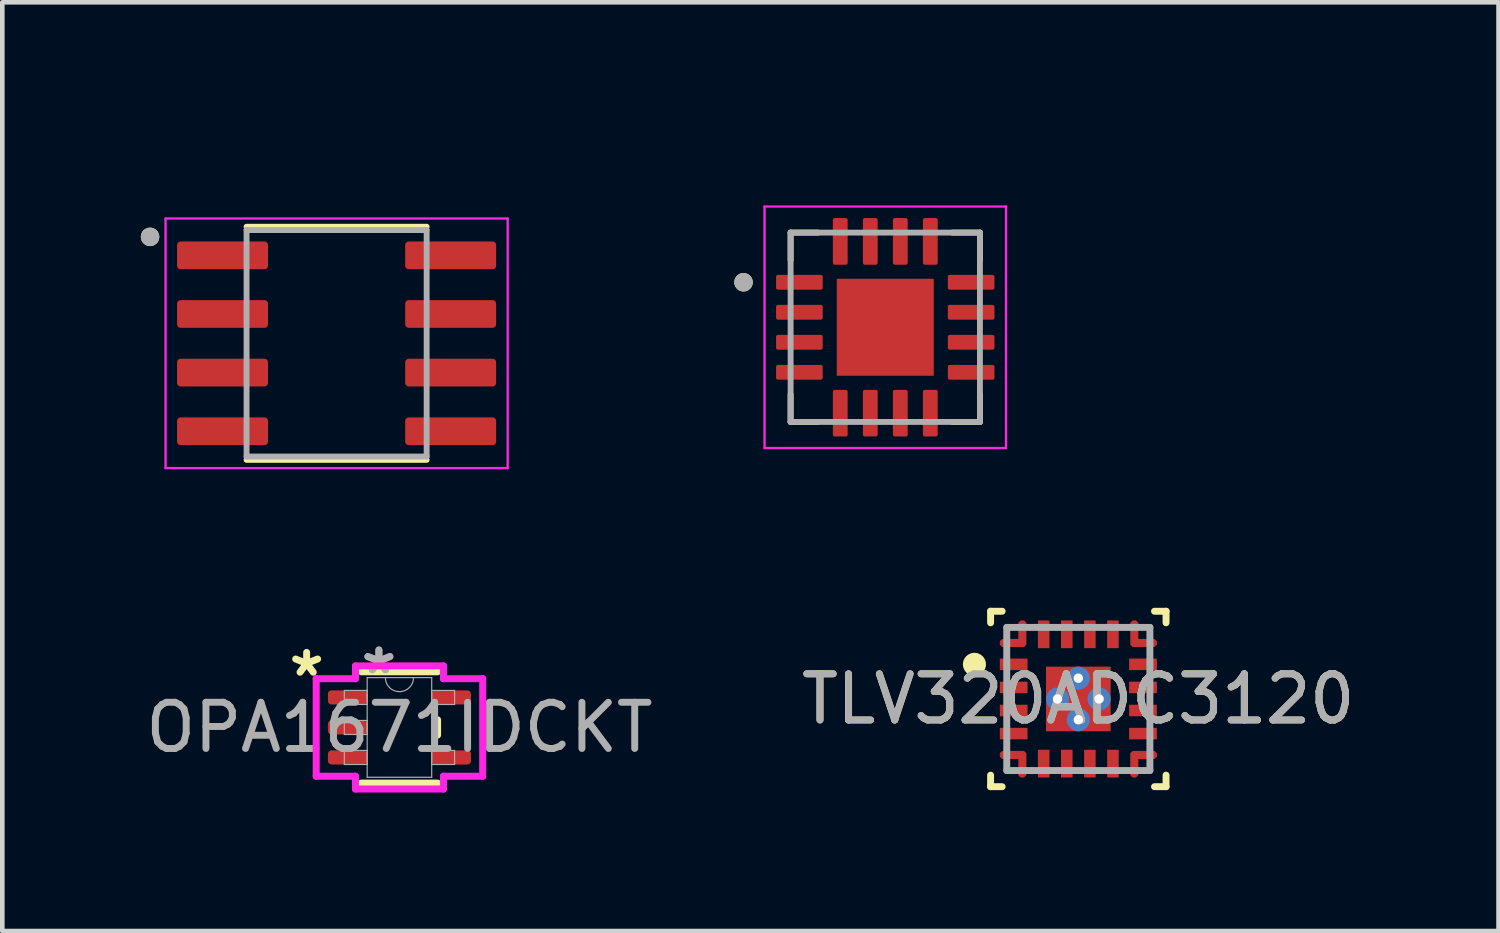
<source format=kicad_pcb>
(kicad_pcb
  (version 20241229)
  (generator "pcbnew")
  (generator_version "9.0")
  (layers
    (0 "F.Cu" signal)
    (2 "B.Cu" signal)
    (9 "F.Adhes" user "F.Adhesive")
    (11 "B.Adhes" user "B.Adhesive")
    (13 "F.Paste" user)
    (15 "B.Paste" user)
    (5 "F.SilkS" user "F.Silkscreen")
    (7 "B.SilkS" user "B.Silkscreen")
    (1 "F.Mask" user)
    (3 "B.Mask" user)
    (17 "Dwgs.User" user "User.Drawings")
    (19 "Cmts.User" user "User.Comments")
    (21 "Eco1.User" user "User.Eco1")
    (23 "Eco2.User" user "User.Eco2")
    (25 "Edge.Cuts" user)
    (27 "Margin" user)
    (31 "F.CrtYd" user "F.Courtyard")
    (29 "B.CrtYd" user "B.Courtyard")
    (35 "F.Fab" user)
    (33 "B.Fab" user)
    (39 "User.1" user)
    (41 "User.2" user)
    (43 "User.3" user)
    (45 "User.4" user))
  (footprint "LM358DR"
    (layer "F.Cu")
    (at 4.24 4.385)
    (property "Reference" "LM358DR" (at -0.385 -3.537 0) (layer "User.2") (effects (font (size 1 1) (thickness 0.15))))
    (attr smd)
    (fp_line (start -1.95 -2.525) (end 1.95 -2.525) (stroke (width 0.127) (type solid)) (layer "F.SilkS"))
    (fp_line (start -1.95 2.525) (end 1.95 2.525) (stroke (width 0.127) (type solid)) (layer "F.SilkS"))
    (fp_circle (center -4.04 -2.305) (end -3.94 -2.305) (stroke (width 0.2) (type solid)) (fill no) (layer "F.SilkS"))
    (fp_line (start -3.705 -2.703) (end -3.705 2.703) (stroke (width 0.05) (type solid)) (layer "F.CrtYd"))
    (fp_line (start -3.705 -2.703) (end 3.705 -2.703) (stroke (width 0.05) (type solid)) (layer "F.CrtYd"))
    (fp_line (start -3.705 2.703) (end 3.705 2.703) (stroke (width 0.05) (type solid)) (layer "F.CrtYd"))
    (fp_line (start 3.705 -2.703) (end 3.705 2.703) (stroke (width 0.05) (type solid)) (layer "F.CrtYd"))
    (fp_line (start -1.95 -2.453) (end -1.95 2.453) (stroke (width 0.127) (type solid)) (layer "F.Fab"))
    (fp_line (start -1.95 -2.453) (end 1.95 -2.453) (stroke (width 0.127) (type solid)) (layer "F.Fab"))
    (fp_line (start -1.95 2.453) (end 1.95 2.453) (stroke (width 0.127) (type solid)) (layer "F.Fab"))
    (fp_line (start 1.95 -2.453) (end 1.95 2.453) (stroke (width 0.127) (type solid)) (layer "F.Fab"))
    (fp_circle (center -4.04 -2.305) (end -3.94 -2.305) (stroke (width 0.2) (type solid)) (fill no) (layer "F.Fab"))
    (pad "1" smd roundrect (at -2.47 -1.905) (size 1.97 0.6) (layers "F.Cu" "F.Mask" "F.Paste") (roundrect_rratio 0.125))
    (pad "2" smd roundrect (at -2.47 -0.635) (size 1.97 0.6) (layers "F.Cu" "F.Mask" "F.Paste") (roundrect_rratio 0.125))
    (pad "3" smd roundrect (at -2.47 0.635) (size 1.97 0.6) (layers "F.Cu" "F.Mask" "F.Paste") (roundrect_rratio 0.125))
    (pad "4" smd roundrect (at -2.47 1.905) (size 1.97 0.6) (layers "F.Cu" "F.Mask" "F.Paste") (roundrect_rratio 0.125))
    (pad "5" smd roundrect (at 2.47 1.905) (size 1.97 0.6) (layers "F.Cu" "F.Mask" "F.Paste") (roundrect_rratio 0.125))
    (pad "6" smd roundrect (at 2.47 0.635) (size 1.97 0.6) (layers "F.Cu" "F.Mask" "F.Paste") (roundrect_rratio 0.125))
    (pad "7" smd roundrect (at 2.47 -0.635) (size 1.97 0.6) (layers "F.Cu" "F.Mask" "F.Paste") (roundrect_rratio 0.125))
    (pad "8" smd roundrect (at 2.47 -1.905) (size 1.97 0.6) (layers "F.Cu" "F.Mask" "F.Paste") (roundrect_rratio 0.125)))
  (footprint "TLV320ADC3120"
    (layer "F.Cu")
    (at 20.304 12.088)
    (property "Reference" "TLV320ADC3120" (at 0 0 0) (unlocked yes) (layer "F.SilkS") (effects (font (size 1 1) (thickness 0.15))))
    (attr smd)
    (fp_poly (pts (xy -1.65 1.125) (xy -1.175 1.125) (xy -1.125 1.175) (xy -1.125 1.65) (xy -1.175 1.7) (xy -1.25 1.7) (xy -1.3 1.65) (xy -1.3 1.3) (xy -1.65 1.3) (xy -1.7 1.25) (xy -1.7 1.175)) (stroke (width 0) (type solid)) (fill yes) (layer "F.Mask"))
    (fp_poly (pts (xy 1.65 -1.125) (xy 1.175 -1.125) (xy 1.125 -1.175) (xy 1.125 -1.65) (xy 1.175 -1.7) (xy 1.25 -1.7) (xy 1.3 -1.65) (xy 1.3 -1.3) (xy 1.65 -1.3) (xy 1.7 -1.25) (xy 1.7 -1.175)) (stroke (width 0) (type solid)) (fill yes) (layer "F.Mask"))
    (fp_line (start -1.9 -1.9) (end -1.65 -1.9) (stroke (width 0.15) (type solid)) (layer "F.SilkS"))
    (fp_line (start -1.9 -1.65) (end -1.9 -1.9) (stroke (width 0.15) (type solid)) (layer "F.SilkS"))
    (fp_line (start -1.9 1.9) (end -1.9 1.65) (stroke (width 0.15) (type solid)) (layer "F.SilkS"))
    (fp_line (start -1.9 1.9) (end -1.65 1.9) (stroke (width 0.15) (type solid)) (layer "F.SilkS"))
    (fp_line (start 1.65 -1.9) (end 1.9 -1.9) (stroke (width 0.15) (type solid)) (layer "F.SilkS"))
    (fp_line (start 1.65 1.9) (end 1.9 1.9) (stroke (width 0.15) (type solid)) (layer "F.SilkS"))
    (fp_line (start 1.9 -1.65) (end 1.9 -1.9) (stroke (width 0.15) (type solid)) (layer "F.SilkS"))
    (fp_line (start 1.9 1.9) (end 1.9 1.65) (stroke (width 0.15) (type solid)) (layer "F.SilkS"))
    (fp_circle (center -2.25 -0.75) (end -2.125 -0.75) (stroke (width 0.25) (type solid)) (fill no) (layer "F.SilkS"))
    (fp_poly (pts (xy 0.6 -0.65) (xy 0.65 -0.6) (xy 0.65 0.6) (xy 0.6 0.65) (xy -0.6 0.65) (xy -0.65 0.6) (xy -0.65 -0.6) (xy -0.6 -0.65)) (stroke (width 0) (type solid)) (fill yes) (layer "F.Paste"))
    (fp_poly (pts (xy -1.65 1.125) (xy -1.175 1.125) (xy -1.125 1.175) (xy -1.125 1.65) (xy -1.175 1.7) (xy -1.25 1.7) (xy -1.3 1.65) (xy -1.3 1.3) (xy -1.65 1.3) (xy -1.7 1.25) (xy -1.7 1.175)) (stroke (width 0) (type solid)) (fill yes) (layer "F.Paste"))
    (fp_poly (pts (xy 1.65 -1.125) (xy 1.175 -1.125) (xy 1.125 -1.175) (xy 1.125 -1.65) (xy 1.175 -1.7) (xy 1.25 -1.7) (xy 1.3 -1.65) (xy 1.3 -1.3) (xy 1.65 -1.3) (xy 1.7 -1.25) (xy 1.7 -1.175)) (stroke (width 0) (type solid)) (fill yes) (layer "F.Paste"))
    (fp_line (start -1.55 -1.55) (end 1.55 -1.55) (stroke (width 0.15) (type solid)) (layer "F.Fab"))
    (fp_line (start -1.55 1.55) (end -1.55 -1.55) (stroke (width 0.15) (type solid)) (layer "F.Fab"))
    (fp_line (start -1.55 1.55) (end 1.55 1.55) (stroke (width 0.15) (type solid)) (layer "F.Fab"))
    (fp_line (start 1.55 1.55) (end 1.55 -1.55) (stroke (width 0.15) (type solid)) (layer "F.Fab"))
    (fp_text user "${REFERENCE}" (at 0 0 0) (unlocked yes) (layer "F.Fab") (effects (font (size 1 1) (thickness 0.15))))
    (pad "1" smd rect (at -1.4 -0.75 90) (size 0.25 0.6) (layers "F.Cu" "F.Mask" "F.Paste"))
    (pad "2" smd rect (at -1.4 -0.25 90) (size 0.25 0.6) (layers "F.Cu" "F.Mask" "F.Paste"))
    (pad "3" smd rect (at -1.4 0.25 90) (size 0.25 0.6) (layers "F.Cu" "F.Mask" "F.Paste"))
    (pad "4" smd rect (at -1.4 0.75 90) (size 0.25 0.6) (layers "F.Cu" "F.Mask" "F.Paste"))
    (pad "5" smd custom (at -1.233 1.233) (size 0.171 0.171) (layers "F.Cu" "F.Mask" "F.Paste") (options (anchor circle)) (primitives (gr_poly (pts (xy -0.417 -0.108) (xy -0.467 -0.058) (xy -0.467 0.017) (xy -0.417 0.067) (xy -0.067 0.067) (xy -0.067 0.417) (xy -0.017 0.467) (xy 0.058 0.467) (xy 0.108 0.417) (xy 0.108 -0.058) (xy 0.058 -0.108)) (width 0) (fill yes))))
    (pad "6" smd rect (at -0.75 1.4) (size 0.25 0.6) (layers "F.Cu" "F.Mask" "F.Paste"))
    (pad "7" smd rect (at -0.25 1.4) (size 0.25 0.6) (layers "F.Cu" "F.Mask" "F.Paste"))
    (pad "8" smd rect (at 0.25 1.4) (size 0.25 0.6) (layers "F.Cu" "F.Mask" "F.Paste"))
    (pad "9" smd rect (at 0.75 1.4) (size 0.25 0.6) (layers "F.Cu" "F.Mask" "F.Paste"))
    (pad "10" smd custom (at 1.233 1.233) (size 0.171 0.171) (layers "F.Cu" "F.Mask" "F.Paste") (options (anchor circle)) (primitives (gr_poly (pts (xy 0.417 -0.108) (xy 0.467 -0.058) (xy 0.467 0.017) (xy 0.417 0.067) (xy 0.067 0.067) (xy 0.067 0.417) (xy 0.017 0.467) (xy -0.058 0.467) (xy -0.108 0.417) (xy -0.108 -0.058) (xy -0.058 -0.108)) (width 0) (fill yes))))
    (pad "11" smd rect (at 1.4 0.75 90) (size 0.25 0.6) (layers "F.Cu" "F.Mask" "F.Paste"))
    (pad "12" smd rect (at 1.4 0.25 90) (size 0.25 0.6) (layers "F.Cu" "F.Mask" "F.Paste"))
    (pad "13" smd rect (at 1.4 -0.25 90) (size 0.25 0.6) (layers "F.Cu" "F.Mask" "F.Paste"))
    (pad "14" smd rect (at 1.4 -0.75 90) (size 0.25 0.6) (layers "F.Cu" "F.Mask" "F.Paste"))
    (pad "15" smd custom (at 1.233 -1.233) (size 0.171 0.171) (layers "F.Cu" "F.Mask" "F.Paste") (options (anchor circle)) (primitives (gr_poly (pts (xy 0.417 0.108) (xy 0.467 0.058) (xy 0.467 -0.017) (xy 0.417 -0.067) (xy 0.067 -0.067) (xy 0.067 -0.417) (xy 0.017 -0.467) (xy -0.058 -0.467) (xy -0.108 -0.417) (xy -0.108 0.058) (xy -0.058 0.108)) (width 0) (fill yes))))
    (pad "16" smd rect (at 0.75 -1.4) (size 0.25 0.6) (layers "F.Cu" "F.Mask" "F.Paste"))
    (pad "17" smd rect (at 0.25 -1.4) (size 0.25 0.6) (layers "F.Cu" "F.Mask" "F.Paste"))
    (pad "18" smd rect (at -0.25 -1.4) (size 0.25 0.6) (layers "F.Cu" "F.Mask" "F.Paste"))
    (pad "19" smd rect (at -0.75 -1.4) (size 0.25 0.6) (layers "F.Cu" "F.Mask" "F.Paste"))
    (pad "20" smd custom (at -1.233 -1.233) (size 0.171 0.171) (layers "F.Cu" "F.Mask" "F.Paste") (options (anchor circle)) (primitives (gr_poly (pts (xy -0.417 0.108) (xy -0.467 0.058) (xy -0.467 -0.017) (xy -0.417 -0.067) (xy -0.067 -0.067) (xy -0.067 -0.417) (xy -0.017 -0.467) (xy 0.058 -0.467) (xy 0.108 -0.417) (xy 0.108 0.058) (xy 0.058 0.108)) (width 0) (fill yes))))
    (pad "21" thru_hole circle (at -0.45 0) (size 0.5 0.5) (drill 0.203) (layers "*.Cu" "*.Mask"))
    (pad "21" thru_hole circle (at 0 -0.45) (size 0.5 0.5) (drill 0.203) (layers "*.Cu" "*.Mask"))
    (pad "21" smd rect (at 0 0) (size 1.4 1.4) (layers "F.Cu" "F.Mask"))
    (pad "21" thru_hole circle (at 0 0.45) (size 0.5 0.5) (drill 0.203) (layers "*.Cu" "*.Mask"))
    (pad "21" thru_hole circle (at 0.45 0) (size 0.5 0.5) (drill 0.203) (layers "*.Cu" "*.Mask")))
  (footprint "MAX4063ETE_"
    (layer "F.Cu")
    (at 16.123 4.038)
    (property "Reference" "MAX4063ETE_" (at 0.02 -3.19 0) (layer "User.2") (effects (font (size 1 1) (thickness 0.15))))
    (attr smd)
    (fp_line (start -2.05 -2.05) (end -2.05 -1.455) (stroke (width 0.127) (type solid)) (layer "F.SilkS"))
    (fp_line (start -2.05 -2.05) (end -1.455 -2.05) (stroke (width 0.127) (type solid)) (layer "F.SilkS"))
    (fp_line (start -2.05 2.05) (end -2.05 1.455) (stroke (width 0.127) (type solid)) (layer "F.SilkS"))
    (fp_line (start -2.05 2.05) (end -1.455 2.05) (stroke (width 0.127) (type solid)) (layer "F.SilkS"))
    (fp_line (start 2.05 -2.05) (end 1.455 -2.05) (stroke (width 0.127) (type solid)) (layer "F.SilkS"))
    (fp_line (start 2.05 -2.05) (end 2.05 -1.455) (stroke (width 0.127) (type solid)) (layer "F.SilkS"))
    (fp_line (start 2.05 2.05) (end 1.455 2.05) (stroke (width 0.127) (type solid)) (layer "F.SilkS"))
    (fp_line (start 2.05 2.05) (end 2.05 1.455) (stroke (width 0.127) (type solid)) (layer "F.SilkS"))
    (fp_circle (center -3.07 -0.975) (end -2.97 -0.975) (stroke (width 0.2) (type solid)) (fill no) (layer "F.SilkS"))
    (fp_poly (pts (xy -0.66 -0.66) (xy 0.66 -0.66) (xy 0.66 0.66) (xy -0.66 0.66)) (stroke (width 0.01) (type solid)) (fill yes) (layer "F.Paste"))
    (fp_line (start -2.615 -2.615) (end 2.615 -2.615) (stroke (width 0.05) (type solid)) (layer "F.CrtYd"))
    (fp_line (start -2.615 2.615) (end -2.615 -2.615) (stroke (width 0.05) (type solid)) (layer "F.CrtYd"))
    (fp_line (start -2.615 2.615) (end 2.615 2.615) (stroke (width 0.05) (type solid)) (layer "F.CrtYd"))
    (fp_line (start 2.615 2.615) (end 2.615 -2.615) (stroke (width 0.05) (type solid)) (layer "F.CrtYd"))
    (fp_line (start -2.05 2.05) (end -2.05 -2.05) (stroke (width 0.127) (type solid)) (layer "F.Fab"))
    (fp_line (start 2.05 -2.05) (end -2.05 -2.05) (stroke (width 0.127) (type solid)) (layer "F.Fab"))
    (fp_line (start 2.05 2.05) (end -2.05 2.05) (stroke (width 0.127) (type solid)) (layer "F.Fab"))
    (fp_line (start 2.05 2.05) (end 2.05 -2.05) (stroke (width 0.127) (type solid)) (layer "F.Fab"))
    (fp_circle (center -3.07 -0.975) (end -2.97 -0.975) (stroke (width 0.2) (type solid)) (fill no) (layer "F.Fab"))
    (pad "1" smd roundrect (at -1.86 -0.975) (size 1.01 0.32) (layers "F.Cu" "F.Mask" "F.Paste") (roundrect_rratio 0.125))
    (pad "2" smd roundrect (at -1.86 -0.325) (size 1.01 0.32) (layers "F.Cu" "F.Mask" "F.Paste") (roundrect_rratio 0.125))
    (pad "3" smd roundrect (at -1.86 0.325) (size 1.01 0.32) (layers "F.Cu" "F.Mask" "F.Paste") (roundrect_rratio 0.125))
    (pad "4" smd roundrect (at -1.86 0.975) (size 1.01 0.32) (layers "F.Cu" "F.Mask" "F.Paste") (roundrect_rratio 0.125))
    (pad "5" smd roundrect (at -0.975 1.86 90) (size 1.01 0.32) (layers "F.Cu" "F.Mask" "F.Paste") (roundrect_rratio 0.125))
    (pad "6" smd roundrect (at -0.325 1.86 90) (size 1.01 0.32) (layers "F.Cu" "F.Mask" "F.Paste") (roundrect_rratio 0.125))
    (pad "7" smd roundrect (at 0.325 1.86 90) (size 1.01 0.32) (layers "F.Cu" "F.Mask" "F.Paste") (roundrect_rratio 0.125))
    (pad "8" smd roundrect (at 0.975 1.86 90) (size 1.01 0.32) (layers "F.Cu" "F.Mask" "F.Paste") (roundrect_rratio 0.125))
    (pad "9" smd roundrect (at 1.86 0.975) (size 1.01 0.32) (layers "F.Cu" "F.Mask" "F.Paste") (roundrect_rratio 0.125))
    (pad "10" smd roundrect (at 1.86 0.325) (size 1.01 0.32) (layers "F.Cu" "F.Mask" "F.Paste") (roundrect_rratio 0.125))
    (pad "11" smd roundrect (at 1.86 -0.325) (size 1.01 0.32) (layers "F.Cu" "F.Mask" "F.Paste") (roundrect_rratio 0.125))
    (pad "12" smd roundrect (at 1.86 -0.975) (size 1.01 0.32) (layers "F.Cu" "F.Mask" "F.Paste") (roundrect_rratio 0.125))
    (pad "13" smd roundrect (at 0.975 -1.86 90) (size 1.01 0.32) (layers "F.Cu" "F.Mask" "F.Paste") (roundrect_rratio 0.125))
    (pad "14" smd roundrect (at 0.325 -1.86 90) (size 1.01 0.32) (layers "F.Cu" "F.Mask" "F.Paste") (roundrect_rratio 0.125))
    (pad "15" smd roundrect (at -0.325 -1.86 90) (size 1.01 0.32) (layers "F.Cu" "F.Mask" "F.Paste") (roundrect_rratio 0.125))
    (pad "16" smd roundrect (at -0.975 -1.86 90) (size 1.01 0.32) (layers "F.Cu" "F.Mask" "F.Paste") (roundrect_rratio 0.125))
    (pad "17" smd rect (at 0 0) (size 2.1 2.1) (layers "F.Cu" "F.Mask")))
  (footprint "OPA1671IDCKT"
    (layer "F.Cu")
    (at 5.601 12.705)
    (property "Reference" "OPA1671IDCKT" (at 0.01 -1.89 0) (unlocked yes) (layer "User.2") (effects (font (size 0.75 0.75) (thickness 0.15))))
    (attr smd)
    (fp_line (start -0.826 1.206) (end 0.826 1.206) (stroke (width 0.152) (type solid)) (layer "F.SilkS"))
    (fp_line (start 0.826 -1.206) (end -0.826 -1.206) (stroke (width 0.152) (type solid)) (layer "F.SilkS"))
    (fp_line (start 0.826 0.165) (end 0.826 -0.165) (stroke (width 0.152) (type solid)) (layer "F.SilkS"))
    (fp_line (start -1.803 -1.056) (end -0.953 -1.056) (stroke (width 0.152) (type solid)) (layer "F.CrtYd"))
    (fp_line (start -1.803 1.056) (end -1.803 -1.056) (stroke (width 0.152) (type solid)) (layer "F.CrtYd"))
    (fp_line (start -0.953 -1.333) (end 0.953 -1.333) (stroke (width 0.152) (type solid)) (layer "F.CrtYd"))
    (fp_line (start -0.953 -1.056) (end -0.953 -1.333) (stroke (width 0.152) (type solid)) (layer "F.CrtYd"))
    (fp_line (start -0.953 1.056) (end -1.803 1.056) (stroke (width 0.152) (type solid)) (layer "F.CrtYd"))
    (fp_line (start -0.953 1.333) (end -0.953 1.056) (stroke (width 0.152) (type solid)) (layer "F.CrtYd"))
    (fp_line (start 0.953 -1.333) (end 0.953 -1.056) (stroke (width 0.152) (type solid)) (layer "F.CrtYd"))
    (fp_line (start 0.953 -1.056) (end 1.803 -1.056) (stroke (width 0.152) (type solid)) (layer "F.CrtYd"))
    (fp_line (start 0.953 1.056) (end 0.953 1.333) (stroke (width 0.152) (type solid)) (layer "F.CrtYd"))
    (fp_line (start 0.953 1.333) (end -0.953 1.333) (stroke (width 0.152) (type solid)) (layer "F.CrtYd"))
    (fp_line (start 1.803 -1.056) (end 1.803 1.056) (stroke (width 0.152) (type solid)) (layer "F.CrtYd"))
    (fp_line (start 1.803 1.056) (end 0.953 1.056) (stroke (width 0.152) (type solid)) (layer "F.CrtYd"))
    (fp_line (start -1.194 -0.802) (end -1.194 -0.498) (stroke (width 0.025) (type solid)) (layer "F.Fab"))
    (fp_line (start -1.194 -0.498) (end -0.699 -0.498) (stroke (width 0.025) (type solid)) (layer "F.Fab"))
    (fp_line (start -1.194 -0.152) (end -1.194 0.152) (stroke (width 0.025) (type solid)) (layer "F.Fab"))
    (fp_line (start -1.194 0.152) (end -0.699 0.152) (stroke (width 0.025) (type solid)) (layer "F.Fab"))
    (fp_line (start -1.194 0.498) (end -1.194 0.802) (stroke (width 0.025) (type solid)) (layer "F.Fab"))
    (fp_line (start -1.194 0.802) (end -0.699 0.802) (stroke (width 0.025) (type solid)) (layer "F.Fab"))
    (fp_line (start -0.699 -1.079) (end -0.699 1.079) (stroke (width 0.025) (type solid)) (layer "F.Fab"))
    (fp_line (start -0.699 -0.802) (end -1.194 -0.802) (stroke (width 0.025) (type solid)) (layer "F.Fab"))
    (fp_line (start -0.699 -0.498) (end -0.699 -0.802) (stroke (width 0.025) (type solid)) (layer "F.Fab"))
    (fp_line (start -0.699 -0.152) (end -1.194 -0.152) (stroke (width 0.025) (type solid)) (layer "F.Fab"))
    (fp_line (start -0.699 0.152) (end -0.699 -0.152) (stroke (width 0.025) (type solid)) (layer "F.Fab"))
    (fp_line (start -0.699 0.498) (end -1.194 0.498) (stroke (width 0.025) (type solid)) (layer "F.Fab"))
    (fp_line (start -0.699 0.802) (end -0.699 0.498) (stroke (width 0.025) (type solid)) (layer "F.Fab"))
    (fp_line (start -0.699 1.079) (end 0.699 1.079) (stroke (width 0.025) (type solid)) (layer "F.Fab"))
    (fp_line (start 0.699 -1.079) (end -0.699 -1.079) (stroke (width 0.025) (type solid)) (layer "F.Fab"))
    (fp_line (start 0.699 -0.802) (end 0.699 -0.498) (stroke (width 0.025) (type solid)) (layer "F.Fab"))
    (fp_line (start 0.699 -0.498) (end 1.194 -0.498) (stroke (width 0.025) (type solid)) (layer "F.Fab"))
    (fp_line (start 0.699 0.498) (end 0.699 0.802) (stroke (width 0.025) (type solid)) (layer "F.Fab"))
    (fp_line (start 0.699 0.802) (end 1.194 0.802) (stroke (width 0.025) (type solid)) (layer "F.Fab"))
    (fp_line (start 0.699 1.079) (end 0.699 -1.079) (stroke (width 0.025) (type solid)) (layer "F.Fab"))
    (fp_line (start 1.194 -0.802) (end 0.699 -0.802) (stroke (width 0.025) (type solid)) (layer "F.Fab"))
    (fp_line (start 1.194 -0.498) (end 1.194 -0.802) (stroke (width 0.025) (type solid)) (layer "F.Fab"))
    (fp_line (start 1.194 0.498) (end 0.699 0.498) (stroke (width 0.025) (type solid)) (layer "F.Fab"))
    (fp_line (start 1.194 0.802) (end 1.194 0.498) (stroke (width 0.025) (type solid)) (layer "F.Fab"))
    (fp_arc (start 0.3048 -1.0795) (mid 0 -0.7747) (end -0.3048 -1.0795) (stroke (width 0.0254) (type solid)) (layer "F.Fab"))
    (fp_text user "*" (at -2.01 -1.08 0) (unlocked yes) (layer "F.SilkS") (effects (font (size 1 1) (thickness 0.15))))
    (fp_text user "*" (at -0.445 -1.133 0) (unlocked yes) (layer "F.Fab") (effects (font (size 1 1) (thickness 0.15))))
    (fp_text user "*" (at -0.445 -1.133 0) (layer "F.Fab") (effects (font (size 1 1) (thickness 0.15))))
    (fp_text user "${REFERENCE}" (at 0 0 0) (unlocked yes) (layer "F.Fab") (effects (font (size 1 1) (thickness 0.15))))
    (pad "1" smd roundrect (at -1.124 -0.65) (size 0.851 0.305) (layers "F.Cu" "F.Mask" "F.Paste") (roundrect_rratio 0.25))
    (pad "2" smd roundrect (at -1.124 0) (size 0.851 0.305) (layers "F.Cu" "F.Mask" "F.Paste") (roundrect_rratio 0.25))
    (pad "3" smd roundrect (at -1.124 0.65) (size 0.851 0.305) (layers "F.Cu" "F.Mask" "F.Paste") (roundrect_rratio 0.25))
    (pad "4" smd roundrect (at 1.124 0.65) (size 0.851 0.305) (layers "F.Cu" "F.Mask" "F.Paste") (roundrect_rratio 0.25))
    (pad "5" smd roundrect (at 1.124 -0.65) (size 0.851 0.305) (layers "F.Cu" "F.Mask" "F.Paste") (roundrect_rratio 0.25)))
  (gr_rect
    (start -3 -3)
    (end 29.405 17.114)
    (stroke (width 0.1) (type default))
    (fill no)
    (layer "Edge.Cuts")))
</source>
